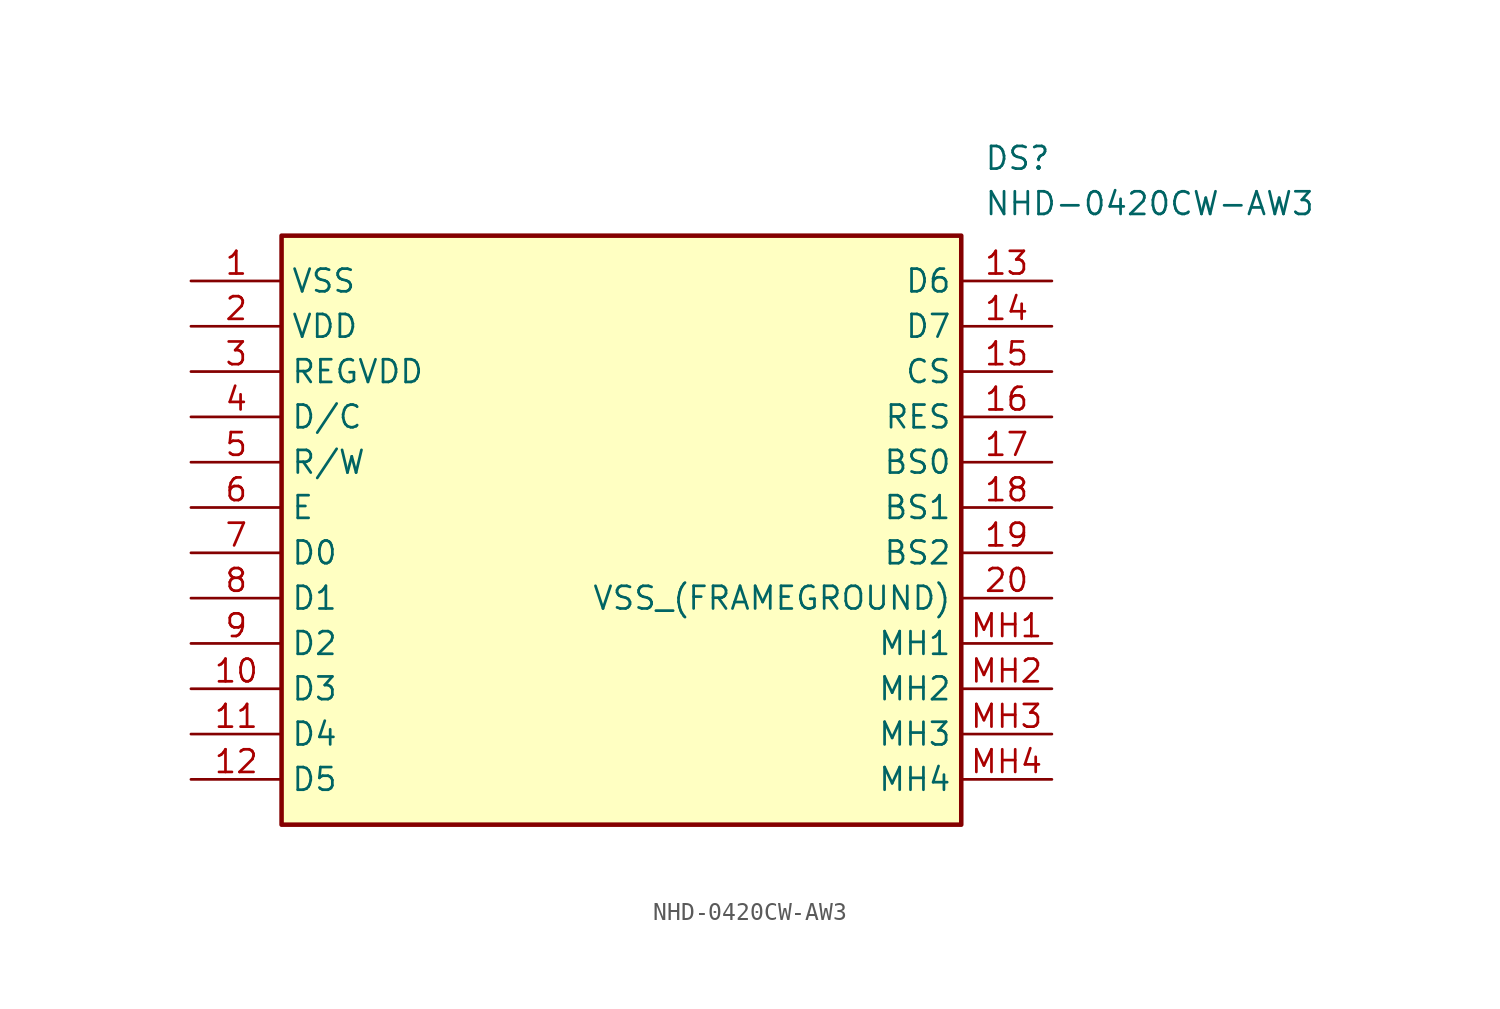
<source format=kicad_sym>
(kicad_symbol_lib
  (version 20211014)
  (generator SamacSys_ECAD_Model)
  (symbol "NHD-0420CW-AW3"
    (property "Reference" "DS"
      (at 44.45 7.62 0)
      (effects (font (size 1.27 1.27)) (justify left top)))
    (property "Value" "NHD-0420CW-AW3"
      (at 44.45 5.08 0)
      (effects (font (size 1.27 1.27)) (justify left top)))
    (rectangle
      (start 5.08 2.54)
      (end 43.18 -30.48)
      (stroke (width 0.254) (type default))
      (fill (type background)))
    (pin passive line
      (at 0 0 0)
      (length 5.08)
      (name "VSS" (effects (font (size 1.27 1.27))))
      (number "1" (effects (font (size 1.27 1.27)))))
    (pin passive line
      (at 0 -2.54 0)
      (length 5.08)
      (name "VDD" (effects (font (size 1.27 1.27))))
      (number "2" (effects (font (size 1.27 1.27)))))
    (pin passive line
      (at 0 -5.08 0)
      (length 5.08)
      (name "REGVDD" (effects (font (size 1.27 1.27))))
      (number "3" (effects (font (size 1.27 1.27)))))
    (pin passive line
      (at 0 -7.62 0)
      (length 5.08)
      (name "D/C" (effects (font (size 1.27 1.27))))
      (number "4" (effects (font (size 1.27 1.27)))))
    (pin passive line
      (at 0 -10.16 0)
      (length 5.08)
      (name "R/W" (effects (font (size 1.27 1.27))))
      (number "5" (effects (font (size 1.27 1.27)))))
    (pin passive line
      (at 0 -12.7 0)
      (length 5.08)
      (name "E" (effects (font (size 1.27 1.27))))
      (number "6" (effects (font (size 1.27 1.27)))))
    (pin passive line
      (at 0 -15.24 0)
      (length 5.08)
      (name "D0" (effects (font (size 1.27 1.27))))
      (number "7" (effects (font (size 1.27 1.27)))))
    (pin passive line
      (at 0 -17.78 0)
      (length 5.08)
      (name "D1" (effects (font (size 1.27 1.27))))
      (number "8" (effects (font (size 1.27 1.27)))))
    (pin passive line
      (at 0 -20.32 0)
      (length 5.08)
      (name "D2" (effects (font (size 1.27 1.27))))
      (number "9" (effects (font (size 1.27 1.27)))))
    (pin passive line
      (at 0 -22.86 0)
      (length 5.08)
      (name "D3" (effects (font (size 1.27 1.27))))
      (number "10" (effects (font (size 1.27 1.27)))))
    (pin passive line
      (at 0 -25.4 0)
      (length 5.08)
      (name "D4" (effects (font (size 1.27 1.27))))
      (number "11" (effects (font (size 1.27 1.27)))))
    (pin passive line
      (at 0 -27.94 0)
      (length 5.08)
      (name "D5" (effects (font (size 1.27 1.27))))
      (number "12" (effects (font (size 1.27 1.27)))))
    (pin passive line
      (at 48.26 0 180)
      (length 5.08)
      (name "D6" (effects (font (size 1.27 1.27))))
      (number "13" (effects (font (size 1.27 1.27)))))
    (pin passive line
      (at 48.26 -2.54 180)
      (length 5.08)
      (name "D7" (effects (font (size 1.27 1.27))))
      (number "14" (effects (font (size 1.27 1.27)))))
    (pin passive line
      (at 48.26 -5.08 180)
      (length 5.08)
      (name "CS" (effects (font (size 1.27 1.27))))
      (number "15" (effects (font (size 1.27 1.27)))))
    (pin passive line
      (at 48.26 -7.62 180)
      (length 5.08)
      (name "RES" (effects (font (size 1.27 1.27))))
      (number "16" (effects (font (size 1.27 1.27)))))
    (pin passive line
      (at 48.26 -10.16 180)
      (length 5.08)
      (name "BS0" (effects (font (size 1.27 1.27))))
      (number "17" (effects (font (size 1.27 1.27)))))
    (pin passive line
      (at 48.26 -12.7 180)
      (length 5.08)
      (name "BS1" (effects (font (size 1.27 1.27))))
      (number "18" (effects (font (size 1.27 1.27)))))
    (pin passive line
      (at 48.26 -15.24 180)
      (length 5.08)
      (name "BS2" (effects (font (size 1.27 1.27))))
      (number "19" (effects (font (size 1.27 1.27)))))
    (pin passive line
      (at 48.26 -17.78 180)
      (length 5.08)
      (name "VSS_(FRAMEGROUND)" (effects (font (size 1.27 1.27))))
      (number "20" (effects (font (size 1.27 1.27)))))
    (pin passive line
      (at 48.26 -20.32 180)
      (length 5.08)
      (name "MH1" (effects (font (size 1.27 1.27))))
      (number "MH1" (effects (font (size 1.27 1.27)))))
    (pin passive line
      (at 48.26 -22.86 180)
      (length 5.08)
      (name "MH2" (effects (font (size 1.27 1.27))))
      (number "MH2" (effects (font (size 1.27 1.27)))))
    (pin passive line
      (at 48.26 -25.4 180)
      (length 5.08)
      (name "MH3" (effects (font (size 1.27 1.27))))
      (number "MH3" (effects (font (size 1.27 1.27)))))
    (pin passive line
      (at 48.26 -27.94 180)
      (length 5.08)
      (name "MH4" (effects (font (size 1.27 1.27))))
      (number "MH4" (effects (font (size 1.27 1.27)))))))
</source>
